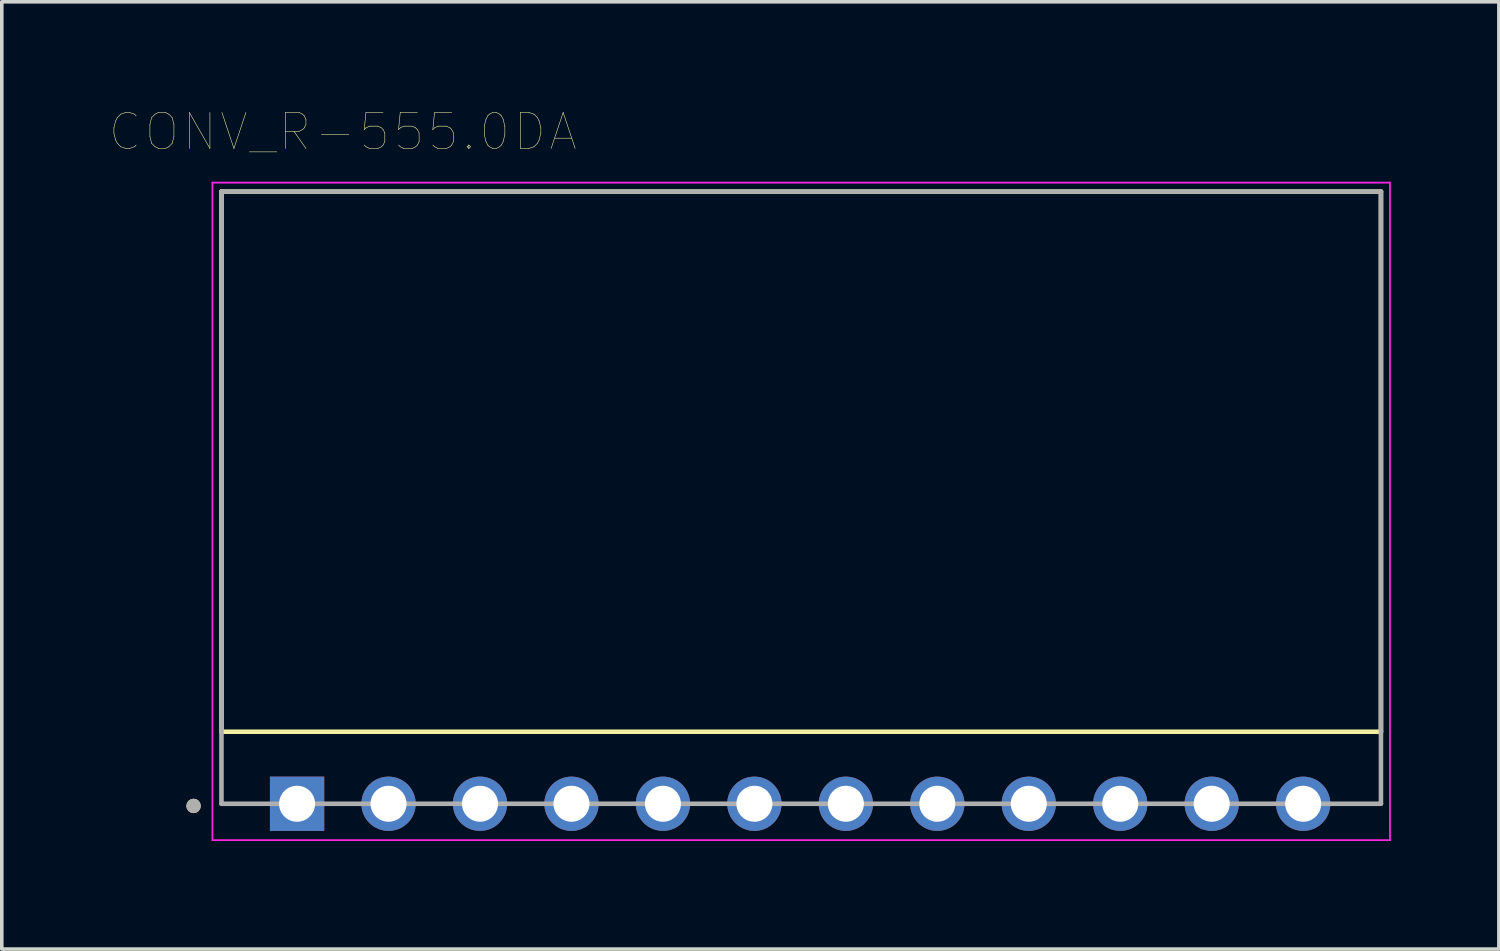
<source format=kicad_pcb>
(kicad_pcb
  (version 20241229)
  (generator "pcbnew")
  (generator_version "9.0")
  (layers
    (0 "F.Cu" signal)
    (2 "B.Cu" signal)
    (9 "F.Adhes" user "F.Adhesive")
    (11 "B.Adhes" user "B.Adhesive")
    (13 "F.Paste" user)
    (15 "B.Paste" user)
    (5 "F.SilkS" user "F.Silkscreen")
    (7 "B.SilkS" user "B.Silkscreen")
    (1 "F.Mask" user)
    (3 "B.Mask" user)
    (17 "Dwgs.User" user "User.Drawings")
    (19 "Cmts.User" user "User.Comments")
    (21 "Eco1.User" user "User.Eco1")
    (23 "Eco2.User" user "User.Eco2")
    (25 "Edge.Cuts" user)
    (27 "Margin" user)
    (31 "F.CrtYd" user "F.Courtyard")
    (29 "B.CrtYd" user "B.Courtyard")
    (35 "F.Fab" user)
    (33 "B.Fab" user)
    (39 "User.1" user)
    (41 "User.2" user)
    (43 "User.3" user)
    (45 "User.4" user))
  (footprint "CONV_R-555.0DA"
    (layer "F.Cu")
    (at 19.17 10.771)
    (property "Reference" "CONV_R-555.0DA" (at -12.7 -10.16 0) (layer "F.SilkS") (effects (font (size 1 1) (thickness 0.015))))
    (attr through_hole)
    (fp_line (start -16.07 -8.5) (end -16.07 6.5) (stroke (width 0.127) (type solid)) (layer "F.SilkS"))
    (fp_line (start 16.13 -8.5) (end -16.07 -8.5) (stroke (width 0.127) (type solid)) (layer "F.SilkS"))
    (fp_line (start 16.13 6.5) (end -16.07 6.5) (stroke (width 0.127) (type solid)) (layer "F.SilkS"))
    (fp_line (start 16.13 6.5) (end 16.13 -8.5) (stroke (width 0.127) (type solid)) (layer "F.SilkS"))
    (fp_circle (center -16.845 8.56) (end -16.745 8.56) (stroke (width 0.2) (type solid)) (fill no) (layer "F.SilkS"))
    (fp_line (start -16.32 -8.75) (end -16.32 9.51) (stroke (width 0.05) (type solid)) (layer "F.CrtYd"))
    (fp_line (start -16.32 9.51) (end 16.38 9.51) (stroke (width 0.05) (type solid)) (layer "F.CrtYd"))
    (fp_line (start 16.38 -8.75) (end -16.32 -8.75) (stroke (width 0.05) (type solid)) (layer "F.CrtYd"))
    (fp_line (start 16.38 9.51) (end 16.38 -8.75) (stroke (width 0.05) (type solid)) (layer "F.CrtYd"))
    (fp_line (start -16.07 -8.5) (end -16.07 8.5) (stroke (width 0.127) (type solid)) (layer "F.Fab"))
    (fp_line (start -16.07 8.5) (end 16.13 8.5) (stroke (width 0.127) (type solid)) (layer "F.Fab"))
    (fp_line (start 16.13 -8.5) (end -16.07 -8.5) (stroke (width 0.127) (type solid)) (layer "F.Fab"))
    (fp_line (start 16.13 8.5) (end 16.13 -8.5) (stroke (width 0.127) (type solid)) (layer "F.Fab"))
    (fp_circle (center -16.845 8.56) (end -16.745 8.56) (stroke (width 0.2) (type solid)) (fill no) (layer "F.Fab"))
    (pad "1" thru_hole rect (at -13.97 8.5) (size 1.508 1.508) (drill 1) (layers "*.Cu" "*.Mask"))
    (pad "2" thru_hole circle (at -11.43 8.5) (size 1.508 1.508) (drill 1) (layers "*.Cu" "*.Mask"))
    (pad "3" thru_hole circle (at -8.89 8.5) (size 1.508 1.508) (drill 1) (layers "*.Cu" "*.Mask"))
    (pad "4" thru_hole circle (at -6.35 8.5) (size 1.508 1.508) (drill 1) (layers "*.Cu" "*.Mask"))
    (pad "5" thru_hole circle (at -3.81 8.5) (size 1.508 1.508) (drill 1) (layers "*.Cu" "*.Mask"))
    (pad "6" thru_hole circle (at -1.27 8.5) (size 1.508 1.508) (drill 1) (layers "*.Cu" "*.Mask"))
    (pad "7" thru_hole circle (at 1.27 8.5) (size 1.508 1.508) (drill 1) (layers "*.Cu" "*.Mask"))
    (pad "8" thru_hole circle (at 3.81 8.5) (size 1.508 1.508) (drill 1) (layers "*.Cu" "*.Mask"))
    (pad "9" thru_hole circle (at 6.35 8.5) (size 1.508 1.508) (drill 1) (layers "*.Cu" "*.Mask"))
    (pad "10" thru_hole circle (at 8.89 8.5) (size 1.508 1.508) (drill 1) (layers "*.Cu" "*.Mask"))
    (pad "11" thru_hole circle (at 11.43 8.5) (size 1.508 1.508) (drill 1) (layers "*.Cu" "*.Mask"))
    (pad "12" thru_hole circle (at 13.97 8.5) (size 1.508 1.508) (drill 1) (layers "*.Cu" "*.Mask")))
  (gr_rect
    (start -3 -3)
    (end 38.575 23.306)
    (stroke (width 0.1) (type default))
    (fill no)
    (layer "Edge.Cuts")))
</source>
